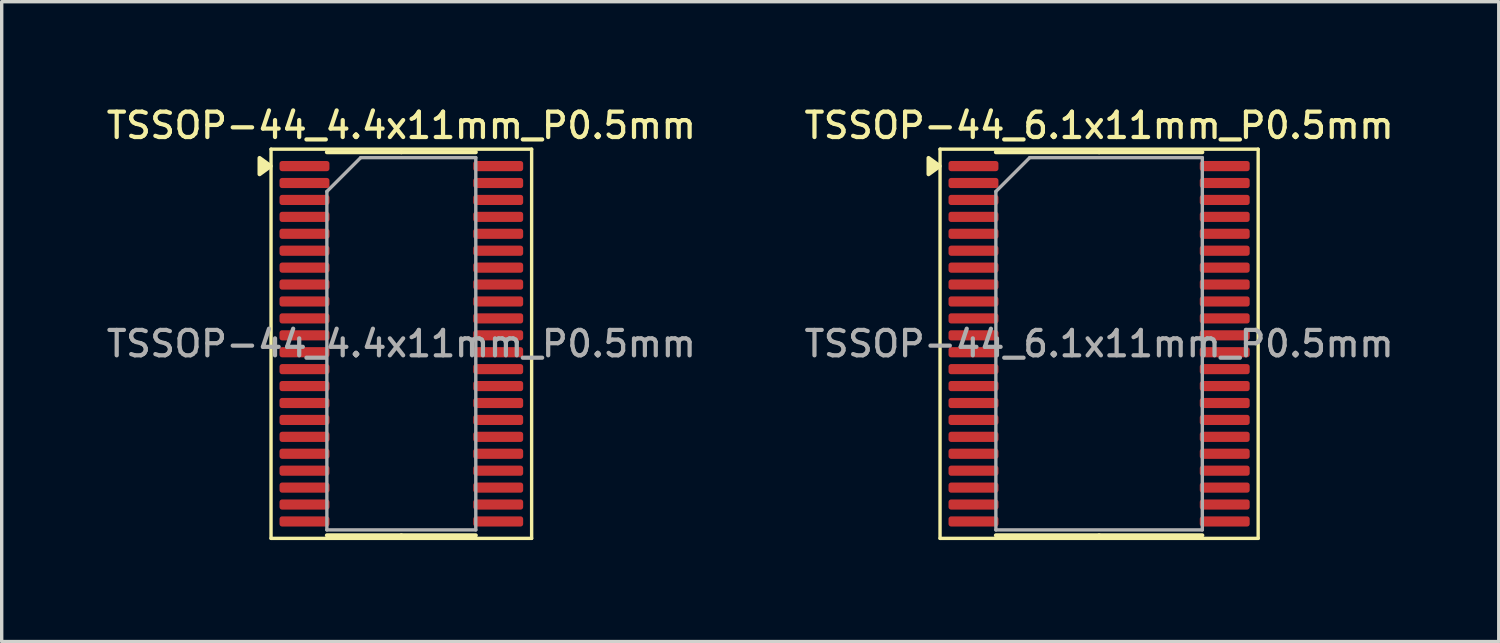
<source format=kicad_pcb>
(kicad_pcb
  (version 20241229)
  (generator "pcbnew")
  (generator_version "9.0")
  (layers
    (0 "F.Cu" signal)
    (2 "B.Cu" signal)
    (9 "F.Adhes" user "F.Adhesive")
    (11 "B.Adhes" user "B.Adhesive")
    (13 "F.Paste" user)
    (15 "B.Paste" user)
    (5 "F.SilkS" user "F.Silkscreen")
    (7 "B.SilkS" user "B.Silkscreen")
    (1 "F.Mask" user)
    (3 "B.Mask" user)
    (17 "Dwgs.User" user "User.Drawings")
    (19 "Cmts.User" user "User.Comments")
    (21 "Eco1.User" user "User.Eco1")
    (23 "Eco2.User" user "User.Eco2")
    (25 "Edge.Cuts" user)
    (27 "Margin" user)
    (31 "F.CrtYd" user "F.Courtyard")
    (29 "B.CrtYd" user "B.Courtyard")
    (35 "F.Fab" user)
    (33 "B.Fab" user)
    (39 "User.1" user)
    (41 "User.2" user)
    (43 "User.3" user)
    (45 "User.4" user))
  (footprint "TSSOP-44_4.4x11mm_P0.5mm"
    (layer "F.Cu")
    (at 8.809 7.108)
    (property "Reference" "TSSOP-44_4.4x11mm_P0.5mm" (at 0 -6.45 0) (layer "F.SilkS") (effects (font (size 0.75 0.75) (thickness 0.125))))
    (attr smd)
    (fp_line (start -3.85 -5.75) (end -3.85 5.75) (stroke (width 0.1) (type solid)) (layer "F.SilkS"))
    (fp_line (start -3.85 5.75) (end 3.85 5.75) (stroke (width 0.1) (type solid)) (layer "F.SilkS"))
    (fp_line (start 0 -5.66) (end -2.2 -5.66) (stroke (width 0.12) (type solid)) (layer "F.SilkS"))
    (fp_line (start 0 -5.66) (end 2.2 -5.66) (stroke (width 0.12) (type solid)) (layer "F.SilkS"))
    (fp_line (start 0 5.66) (end -2.2 5.66) (stroke (width 0.12) (type solid)) (layer "F.SilkS"))
    (fp_line (start 0 5.66) (end 2.2 5.66) (stroke (width 0.12) (type solid)) (layer "F.SilkS"))
    (fp_line (start 3.85 -5.75) (end -3.85 -5.75) (stroke (width 0.1) (type solid)) (layer "F.SilkS"))
    (fp_line (start 3.85 5.75) (end 3.85 -5.75) (stroke (width 0.1) (type solid)) (layer "F.SilkS"))
    (fp_poly (pts (xy -3.86 -5.25) (xy -4.19 -5.49) (xy -4.19 -5.01) (xy -3.86 -5.25)) (stroke (width 0.12) (type solid)) (fill yes) (layer "F.SilkS"))
    (fp_line (start -2.2 -4.5) (end -1.2 -5.5) (stroke (width 0.1) (type solid)) (layer "F.Fab"))
    (fp_line (start -2.2 5.5) (end -2.2 -4.5) (stroke (width 0.1) (type solid)) (layer "F.Fab"))
    (fp_line (start -1.2 -5.5) (end 2.2 -5.5) (stroke (width 0.1) (type solid)) (layer "F.Fab"))
    (fp_line (start 2.2 -5.5) (end 2.2 5.5) (stroke (width 0.1) (type solid)) (layer "F.Fab"))
    (fp_line (start 2.2 5.5) (end -2.2 5.5) (stroke (width 0.1) (type solid)) (layer "F.Fab"))
    (fp_text user "${REFERENCE}" (at 0 0 0) (layer "F.Fab") (effects (font (size 0.75 0.75) (thickness 0.125))))
    (pad "1" smd roundrect (at -2.862 -5.25) (size 1.475 0.3) (layers "F.Cu" "F.Mask" "F.Paste") (roundrect_rratio 0.25))
    (pad "2" smd roundrect (at -2.862 -4.75) (size 1.475 0.3) (layers "F.Cu" "F.Mask" "F.Paste") (roundrect_rratio 0.25))
    (pad "3" smd roundrect (at -2.862 -4.25) (size 1.475 0.3) (layers "F.Cu" "F.Mask" "F.Paste") (roundrect_rratio 0.25))
    (pad "4" smd roundrect (at -2.862 -3.75) (size 1.475 0.3) (layers "F.Cu" "F.Mask" "F.Paste") (roundrect_rratio 0.25))
    (pad "5" smd roundrect (at -2.862 -3.25) (size 1.475 0.3) (layers "F.Cu" "F.Mask" "F.Paste") (roundrect_rratio 0.25))
    (pad "6" smd roundrect (at -2.862 -2.75) (size 1.475 0.3) (layers "F.Cu" "F.Mask" "F.Paste") (roundrect_rratio 0.25))
    (pad "7" smd roundrect (at -2.862 -2.25) (size 1.475 0.3) (layers "F.Cu" "F.Mask" "F.Paste") (roundrect_rratio 0.25))
    (pad "8" smd roundrect (at -2.862 -1.75) (size 1.475 0.3) (layers "F.Cu" "F.Mask" "F.Paste") (roundrect_rratio 0.25))
    (pad "9" smd roundrect (at -2.862 -1.25) (size 1.475 0.3) (layers "F.Cu" "F.Mask" "F.Paste") (roundrect_rratio 0.25))
    (pad "10" smd roundrect (at -2.862 -0.75) (size 1.475 0.3) (layers "F.Cu" "F.Mask" "F.Paste") (roundrect_rratio 0.25))
    (pad "11" smd roundrect (at -2.862 -0.25) (size 1.475 0.3) (layers "F.Cu" "F.Mask" "F.Paste") (roundrect_rratio 0.25))
    (pad "12" smd roundrect (at -2.862 0.25) (size 1.475 0.3) (layers "F.Cu" "F.Mask" "F.Paste") (roundrect_rratio 0.25))
    (pad "13" smd roundrect (at -2.862 0.75) (size 1.475 0.3) (layers "F.Cu" "F.Mask" "F.Paste") (roundrect_rratio 0.25))
    (pad "14" smd roundrect (at -2.862 1.25) (size 1.475 0.3) (layers "F.Cu" "F.Mask" "F.Paste") (roundrect_rratio 0.25))
    (pad "15" smd roundrect (at -2.862 1.75) (size 1.475 0.3) (layers "F.Cu" "F.Mask" "F.Paste") (roundrect_rratio 0.25))
    (pad "16" smd roundrect (at -2.862 2.25) (size 1.475 0.3) (layers "F.Cu" "F.Mask" "F.Paste") (roundrect_rratio 0.25))
    (pad "17" smd roundrect (at -2.862 2.75) (size 1.475 0.3) (layers "F.Cu" "F.Mask" "F.Paste") (roundrect_rratio 0.25))
    (pad "18" smd roundrect (at -2.862 3.25) (size 1.475 0.3) (layers "F.Cu" "F.Mask" "F.Paste") (roundrect_rratio 0.25))
    (pad "19" smd roundrect (at -2.862 3.75) (size 1.475 0.3) (layers "F.Cu" "F.Mask" "F.Paste") (roundrect_rratio 0.25))
    (pad "20" smd roundrect (at -2.862 4.25) (size 1.475 0.3) (layers "F.Cu" "F.Mask" "F.Paste") (roundrect_rratio 0.25))
    (pad "21" smd roundrect (at -2.862 4.75) (size 1.475 0.3) (layers "F.Cu" "F.Mask" "F.Paste") (roundrect_rratio 0.25))
    (pad "22" smd roundrect (at -2.862 5.25) (size 1.475 0.3) (layers "F.Cu" "F.Mask" "F.Paste") (roundrect_rratio 0.25))
    (pad "23" smd roundrect (at 2.862 5.25) (size 1.475 0.3) (layers "F.Cu" "F.Mask" "F.Paste") (roundrect_rratio 0.25))
    (pad "24" smd roundrect (at 2.862 4.75) (size 1.475 0.3) (layers "F.Cu" "F.Mask" "F.Paste") (roundrect_rratio 0.25))
    (pad "25" smd roundrect (at 2.862 4.25) (size 1.475 0.3) (layers "F.Cu" "F.Mask" "F.Paste") (roundrect_rratio 0.25))
    (pad "26" smd roundrect (at 2.862 3.75) (size 1.475 0.3) (layers "F.Cu" "F.Mask" "F.Paste") (roundrect_rratio 0.25))
    (pad "27" smd roundrect (at 2.862 3.25) (size 1.475 0.3) (layers "F.Cu" "F.Mask" "F.Paste") (roundrect_rratio 0.25))
    (pad "28" smd roundrect (at 2.862 2.75) (size 1.475 0.3) (layers "F.Cu" "F.Mask" "F.Paste") (roundrect_rratio 0.25))
    (pad "29" smd roundrect (at 2.862 2.25) (size 1.475 0.3) (layers "F.Cu" "F.Mask" "F.Paste") (roundrect_rratio 0.25))
    (pad "30" smd roundrect (at 2.862 1.75) (size 1.475 0.3) (layers "F.Cu" "F.Mask" "F.Paste") (roundrect_rratio 0.25))
    (pad "31" smd roundrect (at 2.862 1.25) (size 1.475 0.3) (layers "F.Cu" "F.Mask" "F.Paste") (roundrect_rratio 0.25))
    (pad "32" smd roundrect (at 2.862 0.75) (size 1.475 0.3) (layers "F.Cu" "F.Mask" "F.Paste") (roundrect_rratio 0.25))
    (pad "33" smd roundrect (at 2.862 0.25) (size 1.475 0.3) (layers "F.Cu" "F.Mask" "F.Paste") (roundrect_rratio 0.25))
    (pad "34" smd roundrect (at 2.862 -0.25) (size 1.475 0.3) (layers "F.Cu" "F.Mask" "F.Paste") (roundrect_rratio 0.25))
    (pad "35" smd roundrect (at 2.862 -0.75) (size 1.475 0.3) (layers "F.Cu" "F.Mask" "F.Paste") (roundrect_rratio 0.25))
    (pad "36" smd roundrect (at 2.862 -1.25) (size 1.475 0.3) (layers "F.Cu" "F.Mask" "F.Paste") (roundrect_rratio 0.25))
    (pad "37" smd roundrect (at 2.862 -1.75) (size 1.475 0.3) (layers "F.Cu" "F.Mask" "F.Paste") (roundrect_rratio 0.25))
    (pad "38" smd roundrect (at 2.862 -2.25) (size 1.475 0.3) (layers "F.Cu" "F.Mask" "F.Paste") (roundrect_rratio 0.25))
    (pad "39" smd roundrect (at 2.862 -2.75) (size 1.475 0.3) (layers "F.Cu" "F.Mask" "F.Paste") (roundrect_rratio 0.25))
    (pad "40" smd roundrect (at 2.862 -3.25) (size 1.475 0.3) (layers "F.Cu" "F.Mask" "F.Paste") (roundrect_rratio 0.25))
    (pad "41" smd roundrect (at 2.862 -3.75) (size 1.475 0.3) (layers "F.Cu" "F.Mask" "F.Paste") (roundrect_rratio 0.25))
    (pad "42" smd roundrect (at 2.862 -4.25) (size 1.475 0.3) (layers "F.Cu" "F.Mask" "F.Paste") (roundrect_rratio 0.25))
    (pad "43" smd roundrect (at 2.862 -4.75) (size 1.475 0.3) (layers "F.Cu" "F.Mask" "F.Paste") (roundrect_rratio 0.25))
    (pad "44" smd roundrect (at 2.862 -5.25) (size 1.475 0.3) (layers "F.Cu" "F.Mask" "F.Paste") (roundrect_rratio 0.25)))
  (footprint "TSSOP-44_6.1x11mm_P0.5mm"
    (layer "F.Cu")
    (at 29.427 7.108)
    (property "Reference" "TSSOP-44_6.1x11mm_P0.5mm" (at 0 -6.45 0) (layer "F.SilkS") (effects (font (size 0.75 0.75) (thickness 0.125))))
    (attr smd)
    (fp_line (start -4.7 -5.75) (end -4.7 5.75) (stroke (width 0.1) (type solid)) (layer "F.SilkS"))
    (fp_line (start -4.7 5.75) (end 4.7 5.75) (stroke (width 0.1) (type solid)) (layer "F.SilkS"))
    (fp_line (start 0 -5.66) (end -3.05 -5.66) (stroke (width 0.12) (type solid)) (layer "F.SilkS"))
    (fp_line (start 0 -5.66) (end 3.05 -5.66) (stroke (width 0.12) (type solid)) (layer "F.SilkS"))
    (fp_line (start 0 5.66) (end -3.05 5.66) (stroke (width 0.12) (type solid)) (layer "F.SilkS"))
    (fp_line (start 0 5.66) (end 3.05 5.66) (stroke (width 0.12) (type solid)) (layer "F.SilkS"))
    (fp_line (start 4.7 -5.75) (end -4.7 -5.75) (stroke (width 0.1) (type solid)) (layer "F.SilkS"))
    (fp_line (start 4.7 5.75) (end 4.7 -5.75) (stroke (width 0.1) (type solid)) (layer "F.SilkS"))
    (fp_poly (pts (xy -4.71 -5.25) (xy -5.04 -5.49) (xy -5.04 -5.01) (xy -4.71 -5.25)) (stroke (width 0.12) (type solid)) (fill yes) (layer "F.SilkS"))
    (fp_line (start -3.05 -4.5) (end -2.05 -5.5) (stroke (width 0.1) (type solid)) (layer "F.Fab"))
    (fp_line (start -3.05 5.5) (end -3.05 -4.5) (stroke (width 0.1) (type solid)) (layer "F.Fab"))
    (fp_line (start -2.05 -5.5) (end 3.05 -5.5) (stroke (width 0.1) (type solid)) (layer "F.Fab"))
    (fp_line (start 3.05 -5.5) (end 3.05 5.5) (stroke (width 0.1) (type solid)) (layer "F.Fab"))
    (fp_line (start 3.05 5.5) (end -3.05 5.5) (stroke (width 0.1) (type solid)) (layer "F.Fab"))
    (fp_text user "${REFERENCE}" (at 0 0 0) (layer "F.Fab") (effects (font (size 0.75 0.75) (thickness 0.125))))
    (pad "1" smd roundrect (at -3.712 -5.25) (size 1.475 0.3) (layers "F.Cu" "F.Mask" "F.Paste") (roundrect_rratio 0.25))
    (pad "2" smd roundrect (at -3.712 -4.75) (size 1.475 0.3) (layers "F.Cu" "F.Mask" "F.Paste") (roundrect_rratio 0.25))
    (pad "3" smd roundrect (at -3.712 -4.25) (size 1.475 0.3) (layers "F.Cu" "F.Mask" "F.Paste") (roundrect_rratio 0.25))
    (pad "4" smd roundrect (at -3.712 -3.75) (size 1.475 0.3) (layers "F.Cu" "F.Mask" "F.Paste") (roundrect_rratio 0.25))
    (pad "5" smd roundrect (at -3.712 -3.25) (size 1.475 0.3) (layers "F.Cu" "F.Mask" "F.Paste") (roundrect_rratio 0.25))
    (pad "6" smd roundrect (at -3.712 -2.75) (size 1.475 0.3) (layers "F.Cu" "F.Mask" "F.Paste") (roundrect_rratio 0.25))
    (pad "7" smd roundrect (at -3.712 -2.25) (size 1.475 0.3) (layers "F.Cu" "F.Mask" "F.Paste") (roundrect_rratio 0.25))
    (pad "8" smd roundrect (at -3.712 -1.75) (size 1.475 0.3) (layers "F.Cu" "F.Mask" "F.Paste") (roundrect_rratio 0.25))
    (pad "9" smd roundrect (at -3.712 -1.25) (size 1.475 0.3) (layers "F.Cu" "F.Mask" "F.Paste") (roundrect_rratio 0.25))
    (pad "10" smd roundrect (at -3.712 -0.75) (size 1.475 0.3) (layers "F.Cu" "F.Mask" "F.Paste") (roundrect_rratio 0.25))
    (pad "11" smd roundrect (at -3.712 -0.25) (size 1.475 0.3) (layers "F.Cu" "F.Mask" "F.Paste") (roundrect_rratio 0.25))
    (pad "12" smd roundrect (at -3.712 0.25) (size 1.475 0.3) (layers "F.Cu" "F.Mask" "F.Paste") (roundrect_rratio 0.25))
    (pad "13" smd roundrect (at -3.712 0.75) (size 1.475 0.3) (layers "F.Cu" "F.Mask" "F.Paste") (roundrect_rratio 0.25))
    (pad "14" smd roundrect (at -3.712 1.25) (size 1.475 0.3) (layers "F.Cu" "F.Mask" "F.Paste") (roundrect_rratio 0.25))
    (pad "15" smd roundrect (at -3.712 1.75) (size 1.475 0.3) (layers "F.Cu" "F.Mask" "F.Paste") (roundrect_rratio 0.25))
    (pad "16" smd roundrect (at -3.712 2.25) (size 1.475 0.3) (layers "F.Cu" "F.Mask" "F.Paste") (roundrect_rratio 0.25))
    (pad "17" smd roundrect (at -3.712 2.75) (size 1.475 0.3) (layers "F.Cu" "F.Mask" "F.Paste") (roundrect_rratio 0.25))
    (pad "18" smd roundrect (at -3.712 3.25) (size 1.475 0.3) (layers "F.Cu" "F.Mask" "F.Paste") (roundrect_rratio 0.25))
    (pad "19" smd roundrect (at -3.712 3.75) (size 1.475 0.3) (layers "F.Cu" "F.Mask" "F.Paste") (roundrect_rratio 0.25))
    (pad "20" smd roundrect (at -3.712 4.25) (size 1.475 0.3) (layers "F.Cu" "F.Mask" "F.Paste") (roundrect_rratio 0.25))
    (pad "21" smd roundrect (at -3.712 4.75) (size 1.475 0.3) (layers "F.Cu" "F.Mask" "F.Paste") (roundrect_rratio 0.25))
    (pad "22" smd roundrect (at -3.712 5.25) (size 1.475 0.3) (layers "F.Cu" "F.Mask" "F.Paste") (roundrect_rratio 0.25))
    (pad "23" smd roundrect (at 3.712 5.25) (size 1.475 0.3) (layers "F.Cu" "F.Mask" "F.Paste") (roundrect_rratio 0.25))
    (pad "24" smd roundrect (at 3.712 4.75) (size 1.475 0.3) (layers "F.Cu" "F.Mask" "F.Paste") (roundrect_rratio 0.25))
    (pad "25" smd roundrect (at 3.712 4.25) (size 1.475 0.3) (layers "F.Cu" "F.Mask" "F.Paste") (roundrect_rratio 0.25))
    (pad "26" smd roundrect (at 3.712 3.75) (size 1.475 0.3) (layers "F.Cu" "F.Mask" "F.Paste") (roundrect_rratio 0.25))
    (pad "27" smd roundrect (at 3.712 3.25) (size 1.475 0.3) (layers "F.Cu" "F.Mask" "F.Paste") (roundrect_rratio 0.25))
    (pad "28" smd roundrect (at 3.712 2.75) (size 1.475 0.3) (layers "F.Cu" "F.Mask" "F.Paste") (roundrect_rratio 0.25))
    (pad "29" smd roundrect (at 3.712 2.25) (size 1.475 0.3) (layers "F.Cu" "F.Mask" "F.Paste") (roundrect_rratio 0.25))
    (pad "30" smd roundrect (at 3.712 1.75) (size 1.475 0.3) (layers "F.Cu" "F.Mask" "F.Paste") (roundrect_rratio 0.25))
    (pad "31" smd roundrect (at 3.712 1.25) (size 1.475 0.3) (layers "F.Cu" "F.Mask" "F.Paste") (roundrect_rratio 0.25))
    (pad "32" smd roundrect (at 3.712 0.75) (size 1.475 0.3) (layers "F.Cu" "F.Mask" "F.Paste") (roundrect_rratio 0.25))
    (pad "33" smd roundrect (at 3.712 0.25) (size 1.475 0.3) (layers "F.Cu" "F.Mask" "F.Paste") (roundrect_rratio 0.25))
    (pad "34" smd roundrect (at 3.712 -0.25) (size 1.475 0.3) (layers "F.Cu" "F.Mask" "F.Paste") (roundrect_rratio 0.25))
    (pad "35" smd roundrect (at 3.712 -0.75) (size 1.475 0.3) (layers "F.Cu" "F.Mask" "F.Paste") (roundrect_rratio 0.25))
    (pad "36" smd roundrect (at 3.712 -1.25) (size 1.475 0.3) (layers "F.Cu" "F.Mask" "F.Paste") (roundrect_rratio 0.25))
    (pad "37" smd roundrect (at 3.712 -1.75) (size 1.475 0.3) (layers "F.Cu" "F.Mask" "F.Paste") (roundrect_rratio 0.25))
    (pad "38" smd roundrect (at 3.712 -2.25) (size 1.475 0.3) (layers "F.Cu" "F.Mask" "F.Paste") (roundrect_rratio 0.25))
    (pad "39" smd roundrect (at 3.712 -2.75) (size 1.475 0.3) (layers "F.Cu" "F.Mask" "F.Paste") (roundrect_rratio 0.25))
    (pad "40" smd roundrect (at 3.712 -3.25) (size 1.475 0.3) (layers "F.Cu" "F.Mask" "F.Paste") (roundrect_rratio 0.25))
    (pad "41" smd roundrect (at 3.712 -3.75) (size 1.475 0.3) (layers "F.Cu" "F.Mask" "F.Paste") (roundrect_rratio 0.25))
    (pad "42" smd roundrect (at 3.712 -4.25) (size 1.475 0.3) (layers "F.Cu" "F.Mask" "F.Paste") (roundrect_rratio 0.25))
    (pad "43" smd roundrect (at 3.712 -4.75) (size 1.475 0.3) (layers "F.Cu" "F.Mask" "F.Paste") (roundrect_rratio 0.25))
    (pad "44" smd roundrect (at 3.712 -5.25) (size 1.475 0.3) (layers "F.Cu" "F.Mask" "F.Paste") (roundrect_rratio 0.25)))
  (gr_rect
    (start -3 -3)
    (end 41.236 15.908)
    (stroke (width 0.1) (type default))
    (fill no)
    (layer "Edge.Cuts")))
</source>
